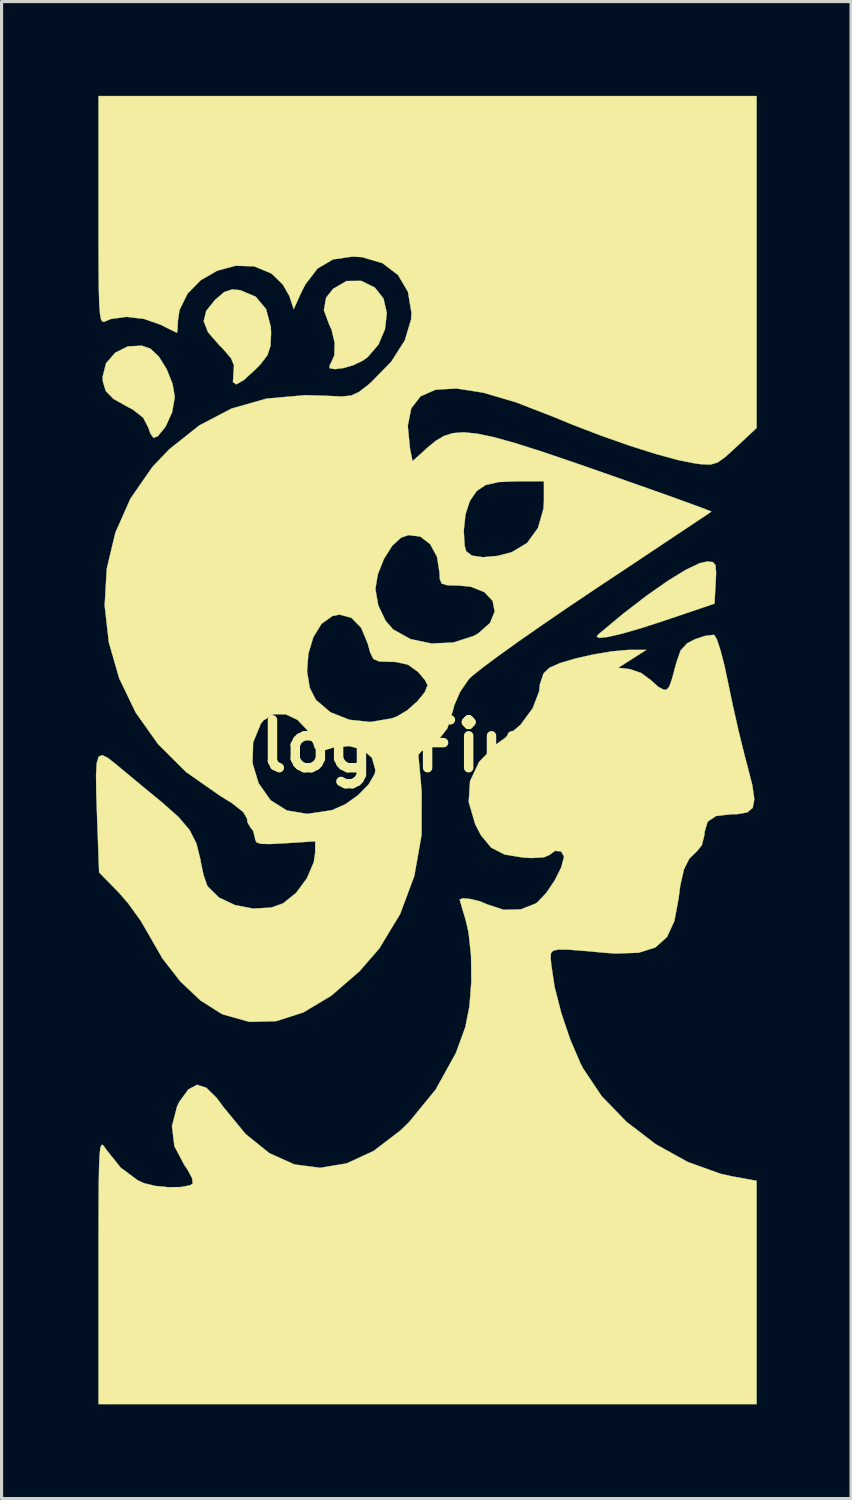
<source format=kicad_pcb>
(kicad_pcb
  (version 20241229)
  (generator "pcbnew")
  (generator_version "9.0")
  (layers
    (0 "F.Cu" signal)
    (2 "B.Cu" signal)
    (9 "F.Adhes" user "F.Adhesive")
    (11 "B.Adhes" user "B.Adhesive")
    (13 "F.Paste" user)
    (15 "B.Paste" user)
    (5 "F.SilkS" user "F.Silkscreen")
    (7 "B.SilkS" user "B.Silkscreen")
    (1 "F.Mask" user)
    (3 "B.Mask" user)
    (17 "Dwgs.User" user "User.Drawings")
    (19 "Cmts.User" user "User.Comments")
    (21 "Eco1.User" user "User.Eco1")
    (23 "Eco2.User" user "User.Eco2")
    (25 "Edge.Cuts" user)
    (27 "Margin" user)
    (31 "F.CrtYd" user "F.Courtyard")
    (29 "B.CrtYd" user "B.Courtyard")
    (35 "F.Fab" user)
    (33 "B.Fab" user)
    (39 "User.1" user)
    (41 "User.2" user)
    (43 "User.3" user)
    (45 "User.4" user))
  (footprint "logoFiuba"
    (layer "F.Cu")
    (at 10.806 20.682)
    (property "Reference" "logoFiuba" (at 0 0 0) (layer "F.SilkS") (effects (font (size 1.524 1.524) (thickness 0.3))))
    (attr through_hole)
    (fp_poly (pts (xy 8.819 -5.853) (xy 8.904 -5.755) (xy 8.923 -5.513) (xy 8.909 -5.201) (xy 8.871 -4.531) (xy 7.275 -3.99) (xy 6.531 -3.749) (xy 5.921 -3.573) (xy 5.467 -3.469) (xy 5.194 -3.44) (xy 5.125 -3.492) (xy 5.176 -3.551) (xy 5.966 -4.209) (xy 6.714 -4.785) (xy 7.39 -5.258) (xy 7.964 -5.61) (xy 8.407 -5.819) (xy 8.642 -5.871) (xy 8.819 -5.853)) (stroke (width 0.01) (type solid)) (fill yes) (layer "F.SilkS"))
    (fp_poly (pts (xy -9.076 -12.644) (xy -8.805 -12.392) (xy -8.552 -11.985) (xy -8.366 -11.518) (xy -8.296 -11.103) (xy -8.379 -10.625) (xy -8.591 -10.156) (xy -8.837 -9.856) (xy -8.972 -9.804) (xy -9.075 -9.946) (xy -9.133 -10.12) (xy -9.302 -10.447) (xy -9.63 -10.704) (xy -9.807 -10.796) (xy -10.248 -11.044) (xy -10.491 -11.292) (xy -10.585 -11.601) (xy -10.592 -11.746) (xy -10.482 -12.177) (xy -10.191 -12.513) (xy -9.788 -12.713) (xy -9.343 -12.736) (xy -9.076 -12.644)) (stroke (width 0.01) (type solid)) (fill yes) (layer "F.SilkS"))
    (fp_poly (pts (xy -1.934 -14.586) (xy -1.657 -14.235) (xy -1.552 -13.773) (xy -1.609 -13.264) (xy -1.816 -12.774) (xy -2.162 -12.37) (xy -2.322 -12.257) (xy -2.623 -12.114) (xy -2.941 -12.023) (xy -3.212 -11.99) (xy -3.375 -12.022) (xy -3.367 -12.126) (xy -3.344 -12.151) (xy -3.221 -12.428) (xy -3.21 -12.827) (xy -3.308 -13.244) (xy -3.382 -13.402) (xy -3.553 -13.864) (xy -3.483 -14.261) (xy -3.261 -14.544) (xy -2.834 -14.793) (xy -2.367 -14.798) (xy -1.934 -14.586)) (stroke (width 0.01) (type solid)) (fill yes) (layer "F.SilkS"))
    (fp_poly (pts (xy -6.217 -14.502) (xy -5.721 -14.293) (xy -5.392 -13.899) (xy -5.242 -13.331) (xy -5.233 -13.125) (xy -5.254 -12.72) (xy -5.349 -12.433) (xy -5.567 -12.149) (xy -5.729 -11.983) (xy -6.103 -11.641) (xy -6.34 -11.506) (xy -6.446 -11.578) (xy -6.43 -11.854) (xy -6.428 -11.862) (xy -6.413 -12.109) (xy -6.506 -12.335) (xy -6.746 -12.617) (xy -6.878 -12.75) (xy -7.239 -13.164) (xy -7.376 -13.513) (xy -7.296 -13.843) (xy -7.015 -14.193) (xy -6.724 -14.442) (xy -6.47 -14.526) (xy -6.217 -14.502)) (stroke (width 0.01) (type solid)) (fill yes) (layer "F.SilkS"))
    (fp_poly (pts (xy 8.866 -3.53) (xy 8.95 -3.387) (xy 9.063 -3.046) (xy 9.189 -2.558) (xy 9.303 -2.022) (xy 9.457 -1.281) (xy 9.638 -0.48) (xy 9.82 0.261) (xy 9.912 0.608) (xy 10.076 1.25) (xy 10.139 1.689) (xy 10.089 1.963) (xy 9.914 2.11) (xy 9.602 2.165) (xy 9.391 2.17) (xy 8.922 2.224) (xy 8.654 2.404) (xy 8.555 2.735) (xy 8.552 2.826) (xy 8.469 3.152) (xy 8.317 3.343) (xy 8.07 3.582) (xy 7.9 3.922) (xy 7.785 4.422) (xy 7.731 4.835) (xy 7.597 5.56) (xy 7.359 6.076) (xy 6.989 6.407) (xy 6.457 6.574) (xy 5.734 6.599) (xy 5.432 6.579) (xy 4.722 6.515) (xy 4.229 6.477) (xy 3.914 6.472) (xy 3.74 6.508) (xy 3.668 6.594) (xy 3.66 6.737) (xy 3.678 6.946) (xy 3.679 6.956) (xy 3.785 7.66) (xy 3.995 8.482) (xy 4.279 9.325) (xy 4.607 10.091) (xy 4.685 10.243) (xy 5.278 11.13) (xy 6.069 11.95) (xy 7.002 12.664) (xy 8.02 13.23) (xy 9.066 13.606) (xy 9.413 13.683) (xy 10.211 13.83) (xy 10.211 20.933) (xy -10.722 20.933) (xy -10.721 16.689) (xy -10.721 15.538) (xy -10.719 14.62) (xy -10.714 13.911) (xy -10.704 13.387) (xy -10.689 13.025) (xy -10.666 12.803) (xy -10.635 12.697) (xy -10.593 12.684) (xy -10.54 12.74) (xy -10.483 12.828) (xy -10.018 13.409) (xy -9.473 13.815) (xy -9.277 13.904) (xy -8.922 13.992) (xy -8.501 14.033) (xy -8.101 14.027) (xy -7.811 13.972) (xy -7.723 13.913) (xy -7.746 13.744) (xy -7.895 13.466) (xy -7.986 13.338) (xy -8.308 12.729) (xy -8.386 12.087) (xy -8.219 11.45) (xy -8.138 11.296) (xy -7.862 10.92) (xy -7.588 10.776) (xy -7.295 10.867) (xy -6.96 11.197) (xy -6.746 11.487) (xy -6.042 12.343) (xy -5.288 12.95) (xy -4.492 13.308) (xy -3.667 13.416) (xy -2.823 13.273) (xy -1.97 12.878) (xy -1.121 12.23) (xy -0.844 11.962) (xy 0.004 10.924) (xy 0.644 9.767) (xy 0.945 8.943) (xy 1.076 8.282) (xy 1.137 7.492) (xy 1.128 6.675) (xy 1.049 5.935) (xy 0.959 5.541) (xy 0.851 5.18) (xy 0.781 4.938) (xy 0.767 4.882) (xy 0.868 4.841) (xy 1.116 4.866) (xy 1.413 4.939) (xy 1.659 5.042) (xy 2.165 5.208) (xy 2.709 5.195) (xy 3.184 5.008) (xy 3.241 4.966) (xy 3.52 4.672) (xy 3.79 4.271) (xy 3.997 3.858) (xy 4.084 3.528) (xy 4.084 3.515) (xy 3.994 3.353) (xy 3.801 3.332) (xy 3.629 3.46) (xy 3.445 3.539) (xy 3.054 3.561) (xy 2.797 3.548) (xy 2.196 3.451) (xy 1.769 3.231) (xy 1.442 2.837) (xy 1.261 2.489) (xy 1.054 1.781) (xy 1.096 1.115) (xy 1.385 0.502) (xy 1.916 -0.048) (xy 2.18 -0.237) (xy 2.702 -0.677) (xy 3.088 -1.201) (xy 3.295 -1.742) (xy 3.319 -1.97) (xy 3.435 -2.313) (xy 3.62 -2.489) (xy 3.943 -2.634) (xy 4.437 -2.782) (xy 5.02 -2.914) (xy 5.606 -3.012) (xy 6.115 -3.058) (xy 6.19 -3.059) (xy 6.701 -3.059) (xy 6.254 -2.774) (xy 5.808 -2.489) (xy 6.186 -2.446) (xy 6.546 -2.32) (xy 6.85 -2.095) (xy 7.086 -1.882) (xy 7.267 -1.787) (xy 7.273 -1.787) (xy 7.364 -1.806) (xy 7.436 -1.9) (xy 7.516 -2.121) (xy 7.625 -2.524) (xy 7.66 -2.658) (xy 7.794 -3.041) (xy 8 -3.268) (xy 8.255 -3.4) (xy 8.588 -3.509) (xy 8.835 -3.537) (xy 8.866 -3.53)) (stroke (width 0.01) (type solid)) (fill yes) (layer "F.SilkS"))
    (fp_poly (pts (xy 10.211 -10.118) (xy 9.562 -9.511) (xy 9.214 -9.194) (xy 8.97 -9.02) (xy 8.745 -8.954) (xy 8.457 -8.965) (xy 8.254 -8.991) (xy 7.719 -9.097) (xy 7.006 -9.291) (xy 6.17 -9.556) (xy 5.265 -9.874) (xy 4.345 -10.227) (xy 3.781 -10.46) (xy 2.554 -10.936) (xy 1.515 -11.242) (xy 0.664 -11.375) (xy -0.001 -11.336) (xy -0.48 -11.125) (xy -0.775 -10.742) (xy -0.885 -10.186) (xy -0.814 -9.461) (xy -0.734 -9.062) (xy -0.239 -9.509) (xy 0.011 -9.714) (xy 0.265 -9.864) (xy 0.549 -9.954) (xy 0.891 -9.98) (xy 1.318 -9.938) (xy 1.857 -9.825) (xy 2.535 -9.636) (xy 3.378 -9.368) (xy 4.415 -9.016) (xy 5.262 -8.721) (xy 6.156 -8.407) (xy 6.966 -8.121) (xy 7.66 -7.873) (xy 8.211 -7.673) (xy 8.589 -7.533) (xy 8.764 -7.463) (xy 8.772 -7.458) (xy 8.663 -7.384) (xy 8.366 -7.185) (xy 7.905 -6.878) (xy 7.305 -6.478) (xy 6.592 -6.003) (xy 5.788 -5.468) (xy 5.106 -5.015) (xy 4.226 -4.424) (xy 3.398 -3.858) (xy 2.651 -3.337) (xy 2.013 -2.88) (xy 1.513 -2.509) (xy 1.179 -2.243) (xy 1.059 -2.131) (xy 0.785 -1.734) (xy 0.597 -1.308) (xy 0.566 -1.183) (xy 0.377 -0.567) (xy 0.052 -0.147) (xy -0.217 0.024) (xy -0.458 0.17) (xy -0.55 0.287) (xy -0.55 0.288) (xy -0.533 0.452) (xy -0.5 0.805) (xy -0.459 1.28) (xy -0.444 1.456) (xy -0.446 2.826) (xy -0.676 4.129) (xy -1.127 5.341) (xy -1.788 6.434) (xy -2.414 7.157) (xy -3.32 7.942) (xy -4.206 8.473) (xy -5.073 8.75) (xy -5.921 8.773) (xy -6.75 8.541) (xy -6.829 8.505) (xy -7.483 8.089) (xy -8.124 7.482) (xy -8.694 6.748) (xy -9.063 6.104) (xy -9.377 5.561) (xy -9.781 5) (xy -10.078 4.659) (xy -10.703 4.021) (xy -10.765 2.332) (xy -10.793 1.514) (xy -10.801 0.925) (xy -10.779 0.541) (xy -10.717 0.337) (xy -10.606 0.288) (xy -10.436 0.369) (xy -10.197 0.555) (xy -10.102 0.634) (xy -9.695 0.973) (xy -9.198 1.384) (xy -8.717 1.779) (xy -8.713 1.782) (xy -8.179 2.254) (xy -7.825 2.671) (xy -7.607 3.101) (xy -7.481 3.612) (xy -7.468 3.691) (xy -7.385 4.089) (xy -7.278 4.407) (xy -7.246 4.468) (xy -6.89 4.819) (xy -6.38 5.059) (xy -5.796 5.171) (xy -5.222 5.136) (xy -4.85 5.002) (xy -4.438 4.671) (xy -4.092 4.203) (xy -3.875 3.694) (xy -3.831 3.398) (xy -3.829 3.03) (xy -4.786 3.091) (xy -5.276 3.117) (xy -5.564 3.109) (xy -5.702 3.058) (xy -5.743 2.956) (xy -5.744 2.924) (xy -5.807 2.688) (xy -5.871 2.617) (xy -5.981 2.435) (xy -5.999 2.307) (xy -6.118 2.101) (xy -6.468 1.822) (xy -6.857 1.58) (xy -7.934 0.828) (xy -8.219 0.544) (xy -5.824 0.544) (xy -5.63 1.183) (xy -5.248 1.724) (xy -4.731 2.049) (xy -4.086 2.157) (xy -3.319 2.044) (xy -3.291 2.037) (xy -2.869 1.85) (xy -2.46 1.557) (xy -2.128 1.216) (xy -1.937 0.887) (xy -1.915 0.761) (xy -2.023 0.376) (xy -2.316 0.116) (xy -2.745 0.00047) (xy -3.264 0.049) (xy -3.49 0.12) (xy -3.73 0.176) (xy -3.845 0.061) (xy -3.878 -0.051) (xy -4.082 -0.51) (xy -4.398 -0.837) (xy -4.772 -1.012) (xy -5.148 -1.013) (xy -5.474 -0.818) (xy -5.561 -0.707) (xy -5.804 -0.114) (xy -5.824 0.544) (xy -8.219 0.544) (xy -8.829 -0.063) (xy -9.541 -1.067) (xy -10.064 -2.155) (xy -10.128 -2.376) (xy -4.089 -2.376) (xy -4.003 -1.85) (xy -3.808 -1.47) (xy -3.345 -1.075) (xy -2.741 -0.836) (xy -2.066 -0.766) (xy -1.391 -0.882) (xy -1.23 -0.942) (xy -0.903 -1.137) (xy -0.584 -1.419) (xy -0.344 -1.713) (xy -0.255 -1.938) (xy -0.338 -2.099) (xy -0.539 -2.338) (xy -0.569 -2.367) (xy -0.879 -2.59) (xy -1.275 -2.676) (xy -1.447 -2.68) (xy -1.794 -2.692) (xy -1.979 -2.771) (xy -2.084 -2.984) (xy -2.156 -3.253) (xy -2.367 -3.761) (xy -2.678 -4.08) (xy -3.057 -4.182) (xy -3.282 -4.137) (xy -3.629 -3.889) (xy -3.889 -3.466) (xy -4.047 -2.938) (xy -4.089 -2.376) (xy -10.128 -2.376) (xy -10.394 -3.299) (xy -10.527 -4.471) (xy -10.497 -4.995) (xy -1.915 -4.995) (xy -1.824 -4.475) (xy -1.588 -3.983) (xy -1.35 -3.709) (xy -0.795 -3.401) (xy -0.127 -3.262) (xy 0.57 -3.295) (xy 1.216 -3.505) (xy 1.357 -3.584) (xy 1.732 -3.917) (xy 1.879 -4.276) (xy 1.815 -4.616) (xy 1.557 -4.894) (xy 1.122 -5.069) (xy 0.744 -5.106) (xy 0.374 -5.115) (xy 0.193 -5.17) (xy 0.133 -5.314) (xy 0.128 -5.495) (xy 0.046 -6.02) (xy -0.173 -6.423) (xy -0.489 -6.665) (xy -0.864 -6.711) (xy -1.099 -6.63) (xy -1.384 -6.368) (xy -1.646 -5.947) (xy -1.839 -5.459) (xy -1.915 -5) (xy -1.915 -4.995) (xy -10.497 -4.995) (xy -10.46 -5.642) (xy -10.187 -6.786) (xy -10.157 -6.854) (xy 0.895 -6.854) (xy 0.924 -6.377) (xy 0.971 -6.201) (xy 1.151 -6.059) (xy 1.504 -6.008) (xy 1.964 -6.048) (xy 2.421 -6.166) (xy 2.912 -6.462) (xy 3.258 -6.94) (xy 3.432 -7.553) (xy 3.446 -7.805) (xy 3.446 -8.424) (xy 2.608 -8.424) (xy 2.004 -8.398) (xy 1.59 -8.303) (xy 1.307 -8.113) (xy 1.094 -7.803) (xy 1.086 -7.788) (xy 0.952 -7.37) (xy 0.895 -6.854) (xy -10.157 -6.854) (xy -9.706 -7.872) (xy -9.011 -8.875) (xy -8.476 -9.437) (xy -7.514 -10.201) (xy -6.49 -10.736) (xy -5.376 -11.053) (xy -4.14 -11.162) (xy -3.446 -11.141) (xy -2.989 -11.119) (xy -2.687 -11.149) (xy -2.441 -11.261) (xy -2.152 -11.485) (xy -2.054 -11.569) (xy -1.41 -12.227) (xy -0.98 -12.903) (xy -0.78 -13.568) (xy -0.767 -13.778) (xy -0.879 -14.449) (xy -1.195 -14.985) (xy -1.689 -15.361) (xy -2.335 -15.552) (xy -2.639 -15.571) (xy -3.263 -15.48) (xy -3.755 -15.191) (xy -4.145 -14.683) (xy -4.276 -14.423) (xy -4.513 -13.897) (xy -4.65 -14.315) (xy -4.86 -14.682) (xy -5.196 -15.011) (xy -5.233 -15.037) (xy -5.769 -15.26) (xy -6.357 -15.28) (xy -6.943 -15.123) (xy -7.473 -14.818) (xy -7.891 -14.391) (xy -8.146 -13.87) (xy -8.197 -13.533) (xy -8.209 -13.262) (xy -8.225 -13.147) (xy -8.225 -13.147) (xy -8.338 -13.199) (xy -8.602 -13.33) (xy -8.743 -13.402) (xy -9.277 -13.589) (xy -9.841 -13.653) (xy -10.332 -13.585) (xy -10.475 -13.525) (xy -10.546 -13.494) (xy -10.603 -13.505) (xy -10.645 -13.584) (xy -10.676 -13.758) (xy -10.698 -14.053) (xy -10.711 -14.497) (xy -10.718 -15.114) (xy -10.721 -15.932) (xy -10.722 -16.978) (xy -10.722 -20.677) (xy 10.211 -20.677) (xy 10.211 -10.118)) (stroke (width 0.01) (type solid)) (fill yes) (layer "F.SilkS")))
  (gr_rect
    (start -3 -3)
    (end 24.022 44.62)
    (stroke (width 0.1) (type default))
    (fill no)
    (layer "Edge.Cuts")))
</source>
